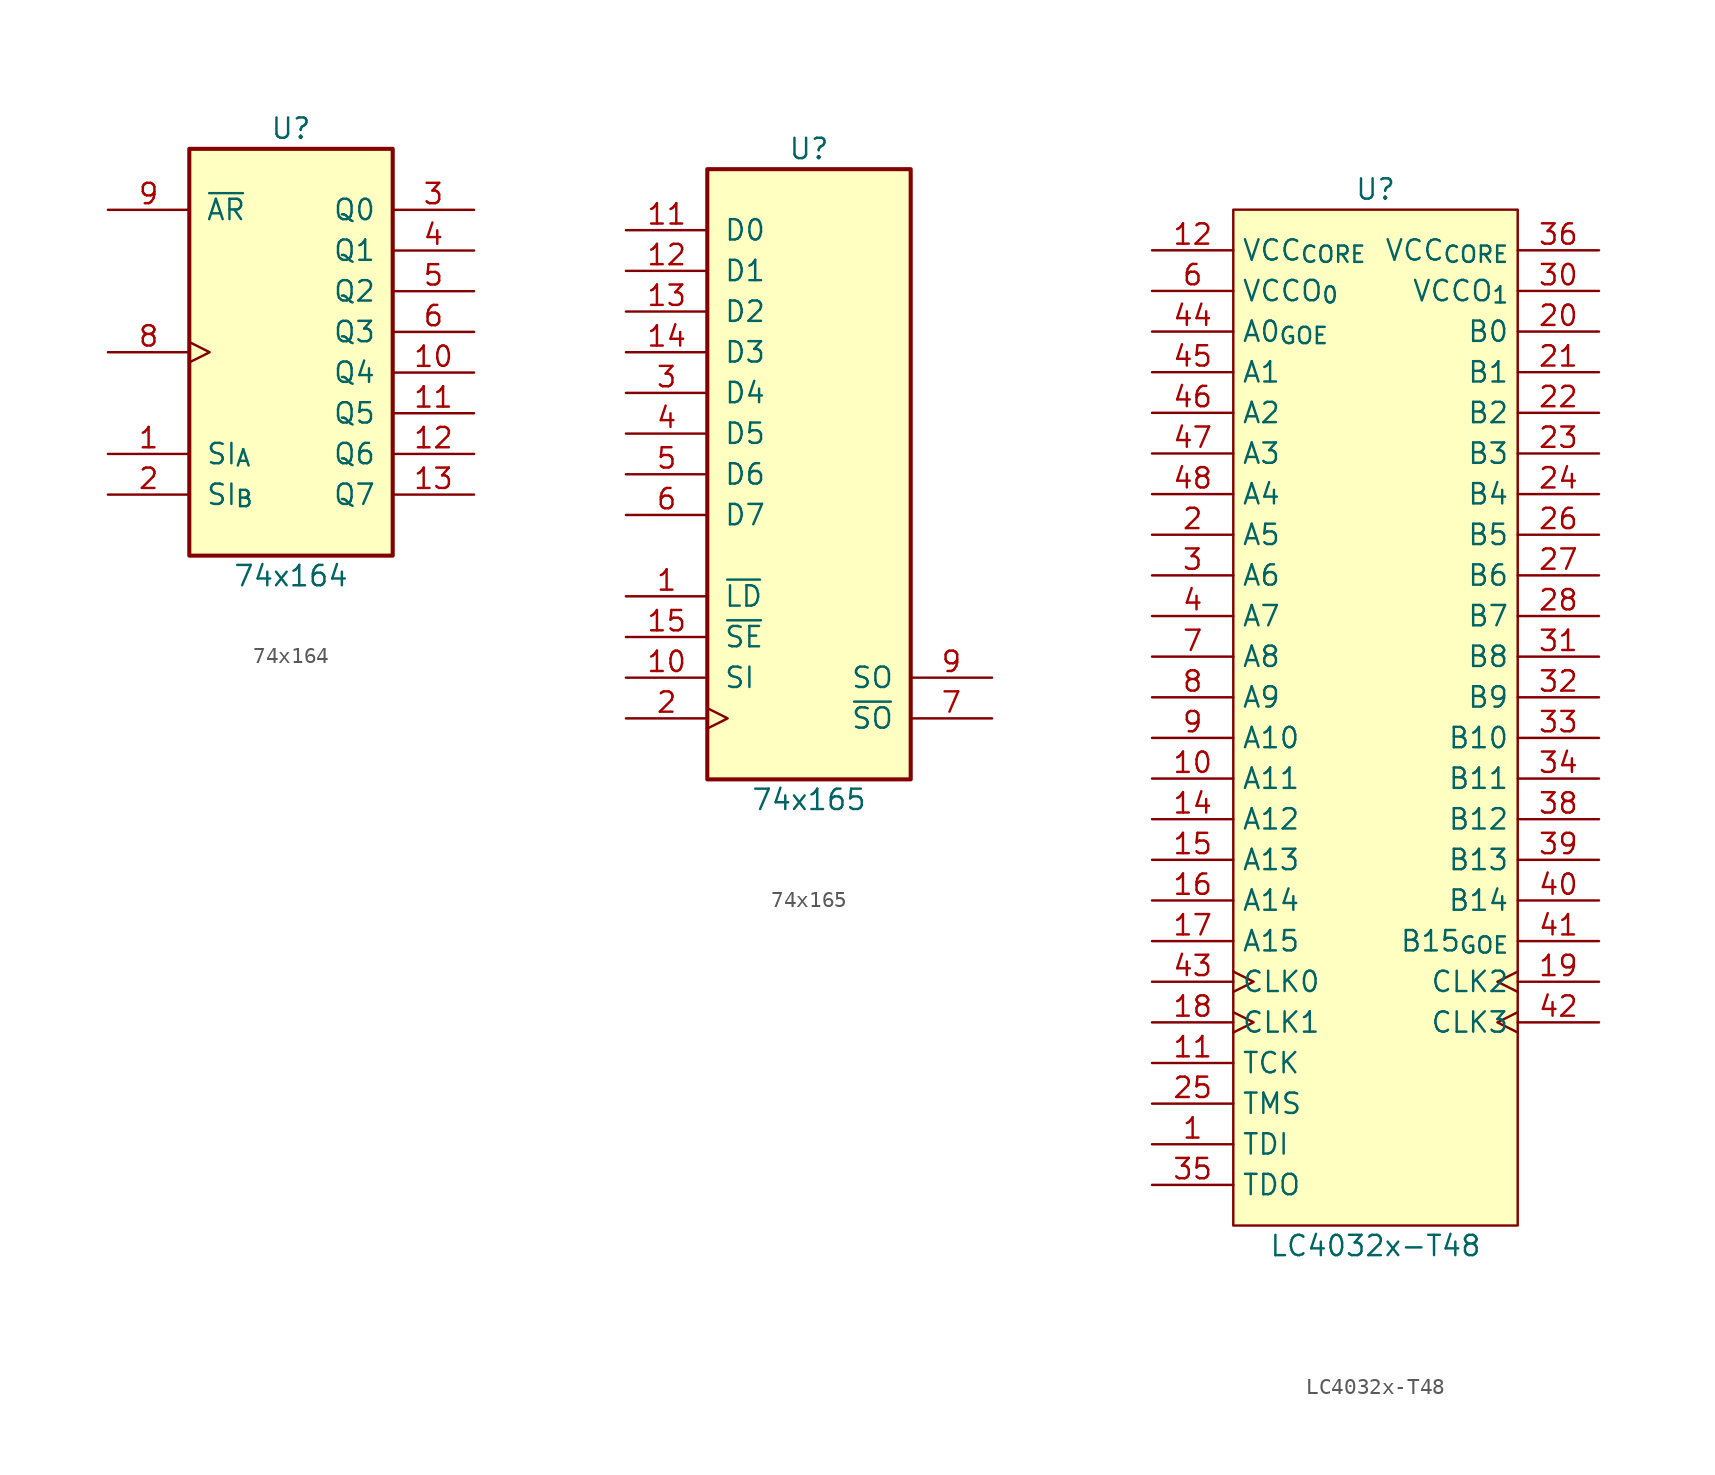
<source format=kicad_sym>
(kicad_symbol_lib
  (version 20211014)
  (generator kicad_symbol_editor)
  (symbol "74x164"
    (pin_names
      (offset 1.016))
    (property "Reference" "U"
      (at 0 13.97 0)
      (effects (font (size 1.27 1.27))))
    (property "Value" "74x164"
      (at 0 -13.97 0)
      (effects (font (size 1.27 1.27))))
    (symbol "74x164_0_1"
      (rectangle (start -6.35 12.7) (end 6.35 -12.7) (stroke (width 0.254) (type default) (color 0 0 0 0)) (fill (type background))))
    (symbol "74x164_1_1"
      (pin input line (at -11.43 -6.35 0) (length 5.08) (name "SI_{A}" (effects (font (size 1.27 1.27)))) (number "1" (effects (font (size 1.27 1.27)))))
      (pin input line (at 11.43 -1.27 180) (length 5.08) (name "Q4" (effects (font (size 1.27 1.27)))) (number "10" (effects (font (size 1.27 1.27)))))
      (pin input line (at 11.43 -3.81 180) (length 5.08) (name "Q5" (effects (font (size 1.27 1.27)))) (number "11" (effects (font (size 1.27 1.27)))))
      (pin input line (at 11.43 -6.35 180) (length 5.08) (name "Q6" (effects (font (size 1.27 1.27)))) (number "12" (effects (font (size 1.27 1.27)))))
      (pin input line (at 11.43 -8.89 180) (length 5.08) (name "Q7" (effects (font (size 1.27 1.27)))) (number "13" (effects (font (size 1.27 1.27)))))
      (pin power_in line (at 11.43 11.43 180) (length 5.08) hide (name "VCC" (effects (font (size 1.27 1.27)))) (number "14" (effects (font (size 1.27 1.27)))))
      (pin input line (at -11.43 -8.89 0) (length 5.08) (name "SI_{B}" (effects (font (size 1.27 1.27)))) (number "2" (effects (font (size 1.27 1.27)))))
      (pin input line (at 11.43 8.89 180) (length 5.08) (name "Q0" (effects (font (size 1.27 1.27)))) (number "3" (effects (font (size 1.27 1.27)))))
      (pin input line (at 11.43 6.35 180) (length 5.08) (name "Q1" (effects (font (size 1.27 1.27)))) (number "4" (effects (font (size 1.27 1.27)))))
      (pin input line (at 11.43 3.81 180) (length 5.08) (name "Q2" (effects (font (size 1.27 1.27)))) (number "5" (effects (font (size 1.27 1.27)))))
      (pin input line (at 11.43 1.27 180) (length 5.08) (name "Q3" (effects (font (size 1.27 1.27)))) (number "6" (effects (font (size 1.27 1.27)))))
      (pin power_in line (at -11.43 -11.43 0) (length 5.08) hide (name "GND" (effects (font (size 1.27 1.27)))) (number "7" (effects (font (size 1.27 1.27)))))
      (pin input clock (at -11.43 0 0) (length 5.08) (name "~" (effects (font (size 1.27 1.27)))) (number "8" (effects (font (size 1.27 1.27)))))
      (pin input line (at -11.43 8.89 0) (length 5.08) (name "~{AR}" (effects (font (size 1.27 1.27)))) (number "9" (effects (font (size 1.27 1.27)))))))
  (symbol "74x165"
    (pin_names
      (offset 1.016))
    (property "Reference" "U"
      (at 0 20.32 0)
      (effects (font (size 1.27 1.27))))
    (property "Value" "74x165"
      (at 0 -20.32 0)
      (effects (font (size 1.27 1.27))))
    (symbol "74x165_0_1"
      (rectangle (start -6.35 19.05) (end 6.35 -19.05) (stroke (width 0.254) (type default) (color 0 0 0 0)) (fill (type background))))
    (symbol "74x165_1_1"
      (pin input line (at -11.43 -7.62 0) (length 5.08) (name "~{LD}" (effects (font (size 1.27 1.27)))) (number "1" (effects (font (size 1.27 1.27)))))
      (pin input line (at -11.43 -12.7 0) (length 5.08) (name "SI" (effects (font (size 1.27 1.27)))) (number "10" (effects (font (size 1.27 1.27)))))
      (pin input line (at -11.43 15.24 0) (length 5.08) (name "D0" (effects (font (size 1.27 1.27)))) (number "11" (effects (font (size 1.27 1.27)))))
      (pin input line (at -11.43 12.7 0) (length 5.08) (name "D1" (effects (font (size 1.27 1.27)))) (number "12" (effects (font (size 1.27 1.27)))))
      (pin input line (at -11.43 10.16 0) (length 5.08) (name "D2" (effects (font (size 1.27 1.27)))) (number "13" (effects (font (size 1.27 1.27)))))
      (pin input line (at -11.43 7.62 0) (length 5.08) (name "D3" (effects (font (size 1.27 1.27)))) (number "14" (effects (font (size 1.27 1.27)))))
      (pin input line (at -11.43 -10.16 0) (length 5.08) (name "~{SE}" (effects (font (size 1.27 1.27)))) (number "15" (effects (font (size 1.27 1.27)))))
      (pin power_in line (at 11.43 17.78 180) (length 5.08) hide (name "VCC" (effects (font (size 1.27 1.27)))) (number "16" (effects (font (size 1.27 1.27)))))
      (pin input clock (at -11.43 -15.24 0) (length 5.08) (name "~" (effects (font (size 1.27 1.27)))) (number "2" (effects (font (size 1.27 1.27)))))
      (pin input line (at -11.43 5.08 0) (length 5.08) (name "D4" (effects (font (size 1.27 1.27)))) (number "3" (effects (font (size 1.27 1.27)))))
      (pin input line (at -11.43 2.54 0) (length 5.08) (name "D5" (effects (font (size 1.27 1.27)))) (number "4" (effects (font (size 1.27 1.27)))))
      (pin input line (at -11.43 0 0) (length 5.08) (name "D6" (effects (font (size 1.27 1.27)))) (number "5" (effects (font (size 1.27 1.27)))))
      (pin input line (at -11.43 -2.54 0) (length 5.08) (name "D7" (effects (font (size 1.27 1.27)))) (number "6" (effects (font (size 1.27 1.27)))))
      (pin output line (at 11.43 -15.24 180) (length 5.08) (name "~{SO}" (effects (font (size 1.27 1.27)))) (number "7" (effects (font (size 1.27 1.27)))))
      (pin power_in line (at -11.43 -17.78 0) (length 5.08) hide (name "GND" (effects (font (size 1.27 1.27)))) (number "8" (effects (font (size 1.27 1.27)))))
      (pin output line (at 11.43 -12.7 180) (length 5.08) (name "SO" (effects (font (size 1.27 1.27)))) (number "9" (effects (font (size 1.27 1.27)))))))
  (symbol "LC4032x-T48"
    (property "Reference" "U"
      (at 0 33.02 0)
      (effects (font (size 1.27 1.27))))
    (property "Value" "LC4032x-T48"
      (at 0 -33.02 0)
      (effects (font (size 1.27 1.27))))
    (symbol "LC4032x-T48_0_1"
      (rectangle (start -8.89 31.75) (end 8.89 -31.75) (stroke (width 0.152) (type default) (color 0 0 0 0)) (fill (type background))))
    (symbol "LC4032x-T48_1_1"
      (pin input line (at -13.97 -26.67 0) (length 5.08) (name "TDI" (effects (font (size 1.27 1.27)))) (number "1" (effects (font (size 1.27 1.27)))))
      (pin bidirectional line (at -13.97 -3.81 0) (length 5.08) (name "A11" (effects (font (size 1.27 1.27)))) (number "10" (effects (font (size 1.27 1.27)))))
      (pin input line (at -13.97 -21.59 0) (length 5.08) (name "TCK" (effects (font (size 1.27 1.27)))) (number "11" (effects (font (size 1.27 1.27)))))
      (pin power_in line (at -13.97 29.21 0) (length 5.08) (name "VCC_{CORE}" (effects (font (size 1.27 1.27)))) (number "12" (effects (font (size 1.27 1.27)))))
      (pin power_in line (at 13.97 -24.13 180) (length 5.08) hide (name "GND" (effects (font (size 1.27 1.27)))) (number "13" (effects (font (size 1.27 1.27)))))
      (pin bidirectional line (at -13.97 -6.35 0) (length 5.08) (name "A12" (effects (font (size 1.27 1.27)))) (number "14" (effects (font (size 1.27 1.27)))))
      (pin bidirectional line (at -13.97 -8.89 0) (length 5.08) (name "A13" (effects (font (size 1.27 1.27)))) (number "15" (effects (font (size 1.27 1.27)))))
      (pin bidirectional line (at -13.97 -11.43 0) (length 5.08) (name "A14" (effects (font (size 1.27 1.27)))) (number "16" (effects (font (size 1.27 1.27)))))
      (pin bidirectional line (at -13.97 -13.97 0) (length 5.08) (name "A15" (effects (font (size 1.27 1.27)))) (number "17" (effects (font (size 1.27 1.27)))))
      (pin input clock (at -13.97 -19.05 0) (length 5.08) (name "CLK1" (effects (font (size 1.27 1.27)))) (number "18" (effects (font (size 1.27 1.27)))))
      (pin input clock (at 13.97 -16.51 180) (length 5.08) (name "CLK2" (effects (font (size 1.27 1.27)))) (number "19" (effects (font (size 1.27 1.27)))))
      (pin bidirectional line (at -13.97 11.43 0) (length 5.08) (name "A5" (effects (font (size 1.27 1.27)))) (number "2" (effects (font (size 1.27 1.27)))))
      (pin bidirectional line (at 13.97 24.13 180) (length 5.08) (name "B0" (effects (font (size 1.27 1.27)))) (number "20" (effects (font (size 1.27 1.27)))))
      (pin bidirectional line (at 13.97 21.59 180) (length 5.08) (name "B1" (effects (font (size 1.27 1.27)))) (number "21" (effects (font (size 1.27 1.27)))))
      (pin bidirectional line (at 13.97 19.05 180) (length 5.08) (name "B2" (effects (font (size 1.27 1.27)))) (number "22" (effects (font (size 1.27 1.27)))))
      (pin bidirectional line (at 13.97 16.51 180) (length 5.08) (name "B3" (effects (font (size 1.27 1.27)))) (number "23" (effects (font (size 1.27 1.27)))))
      (pin bidirectional line (at 13.97 13.97 180) (length 5.08) (name "B4" (effects (font (size 1.27 1.27)))) (number "24" (effects (font (size 1.27 1.27)))))
      (pin input line (at -13.97 -24.13 0) (length 5.08) (name "TMS" (effects (font (size 1.27 1.27)))) (number "25" (effects (font (size 1.27 1.27)))))
      (pin bidirectional line (at 13.97 11.43 180) (length 5.08) (name "B5" (effects (font (size 1.27 1.27)))) (number "26" (effects (font (size 1.27 1.27)))))
      (pin bidirectional line (at 13.97 8.89 180) (length 5.08) (name "B6" (effects (font (size 1.27 1.27)))) (number "27" (effects (font (size 1.27 1.27)))))
      (pin bidirectional line (at 13.97 6.35 180) (length 5.08) (name "B7" (effects (font (size 1.27 1.27)))) (number "28" (effects (font (size 1.27 1.27)))))
      (pin power_in line (at 13.97 -26.67 180) (length 5.08) hide (name "GND" (effects (font (size 1.27 1.27)))) (number "29" (effects (font (size 1.27 1.27)))))
      (pin bidirectional line (at -13.97 8.89 0) (length 5.08) (name "A6" (effects (font (size 1.27 1.27)))) (number "3" (effects (font (size 1.27 1.27)))))
      (pin power_in line (at 13.97 26.67 180) (length 5.08) (name "VCCO_{1}" (effects (font (size 1.27 1.27)))) (number "30" (effects (font (size 1.27 1.27)))))
      (pin bidirectional line (at 13.97 3.81 180) (length 5.08) (name "B8" (effects (font (size 1.27 1.27)))) (number "31" (effects (font (size 1.27 1.27)))))
      (pin bidirectional line (at 13.97 1.27 180) (length 5.08) (name "B9" (effects (font (size 1.27 1.27)))) (number "32" (effects (font (size 1.27 1.27)))))
      (pin bidirectional line (at 13.97 -1.27 180) (length 5.08) (name "B10" (effects (font (size 1.27 1.27)))) (number "33" (effects (font (size 1.27 1.27)))))
      (pin bidirectional line (at 13.97 -3.81 180) (length 5.08) (name "B11" (effects (font (size 1.27 1.27)))) (number "34" (effects (font (size 1.27 1.27)))))
      (pin output line (at -13.97 -29.21 0) (length 5.08) (name "TDO" (effects (font (size 1.27 1.27)))) (number "35" (effects (font (size 1.27 1.27)))))
      (pin power_in line (at 13.97 29.21 180) (length 5.08) (name "VCC_{CORE}" (effects (font (size 1.27 1.27)))) (number "36" (effects (font (size 1.27 1.27)))))
      (pin power_in line (at 13.97 -29.21 180) (length 5.08) hide (name "GND" (effects (font (size 1.27 1.27)))) (number "37" (effects (font (size 1.27 1.27)))))
      (pin bidirectional line (at 13.97 -6.35 180) (length 5.08) (name "B12" (effects (font (size 1.27 1.27)))) (number "38" (effects (font (size 1.27 1.27)))))
      (pin bidirectional line (at 13.97 -8.89 180) (length 5.08) (name "B13" (effects (font (size 1.27 1.27)))) (number "39" (effects (font (size 1.27 1.27)))))
      (pin bidirectional line (at -13.97 6.35 0) (length 5.08) (name "A7" (effects (font (size 1.27 1.27)))) (number "4" (effects (font (size 1.27 1.27)))))
      (pin bidirectional line (at 13.97 -11.43 180) (length 5.08) (name "B14" (effects (font (size 1.27 1.27)))) (number "40" (effects (font (size 1.27 1.27)))))
      (pin bidirectional line (at 13.97 -13.97 180) (length 5.08) (name "B15_{GOE}" (effects (font (size 1.27 1.27)))) (number "41" (effects (font (size 1.27 1.27)))))
      (pin input clock (at 13.97 -19.05 180) (length 5.08) (name "CLK3" (effects (font (size 1.27 1.27)))) (number "42" (effects (font (size 1.27 1.27)))))
      (pin input clock (at -13.97 -16.51 0) (length 5.08) (name "CLK0" (effects (font (size 1.27 1.27)))) (number "43" (effects (font (size 1.27 1.27)))))
      (pin bidirectional line (at -13.97 24.13 0) (length 5.08) (name "A0_{GOE}" (effects (font (size 1.27 1.27)))) (number "44" (effects (font (size 1.27 1.27)))))
      (pin bidirectional line (at -13.97 21.59 0) (length 5.08) (name "A1" (effects (font (size 1.27 1.27)))) (number "45" (effects (font (size 1.27 1.27)))))
      (pin bidirectional line (at -13.97 19.05 0) (length 5.08) (name "A2" (effects (font (size 1.27 1.27)))) (number "46" (effects (font (size 1.27 1.27)))))
      (pin bidirectional line (at -13.97 16.51 0) (length 5.08) (name "A3" (effects (font (size 1.27 1.27)))) (number "47" (effects (font (size 1.27 1.27)))))
      (pin bidirectional line (at -13.97 13.97 0) (length 5.08) (name "A4" (effects (font (size 1.27 1.27)))) (number "48" (effects (font (size 1.27 1.27)))))
      (pin power_in line (at 13.97 -21.59 180) (length 5.08) hide (name "GND" (effects (font (size 1.27 1.27)))) (number "5" (effects (font (size 1.27 1.27)))))
      (pin power_in line (at -13.97 26.67 0) (length 5.08) (name "VCCO_{0}" (effects (font (size 1.27 1.27)))) (number "6" (effects (font (size 1.27 1.27)))))
      (pin bidirectional line (at -13.97 3.81 0) (length 5.08) (name "A8" (effects (font (size 1.27 1.27)))) (number "7" (effects (font (size 1.27 1.27)))))
      (pin bidirectional line (at -13.97 1.27 0) (length 5.08) (name "A9" (effects (font (size 1.27 1.27)))) (number "8" (effects (font (size 1.27 1.27)))))
      (pin bidirectional line (at -13.97 -1.27 0) (length 5.08) (name "A10" (effects (font (size 1.27 1.27)))) (number "9" (effects (font (size 1.27 1.27))))))))
</source>
